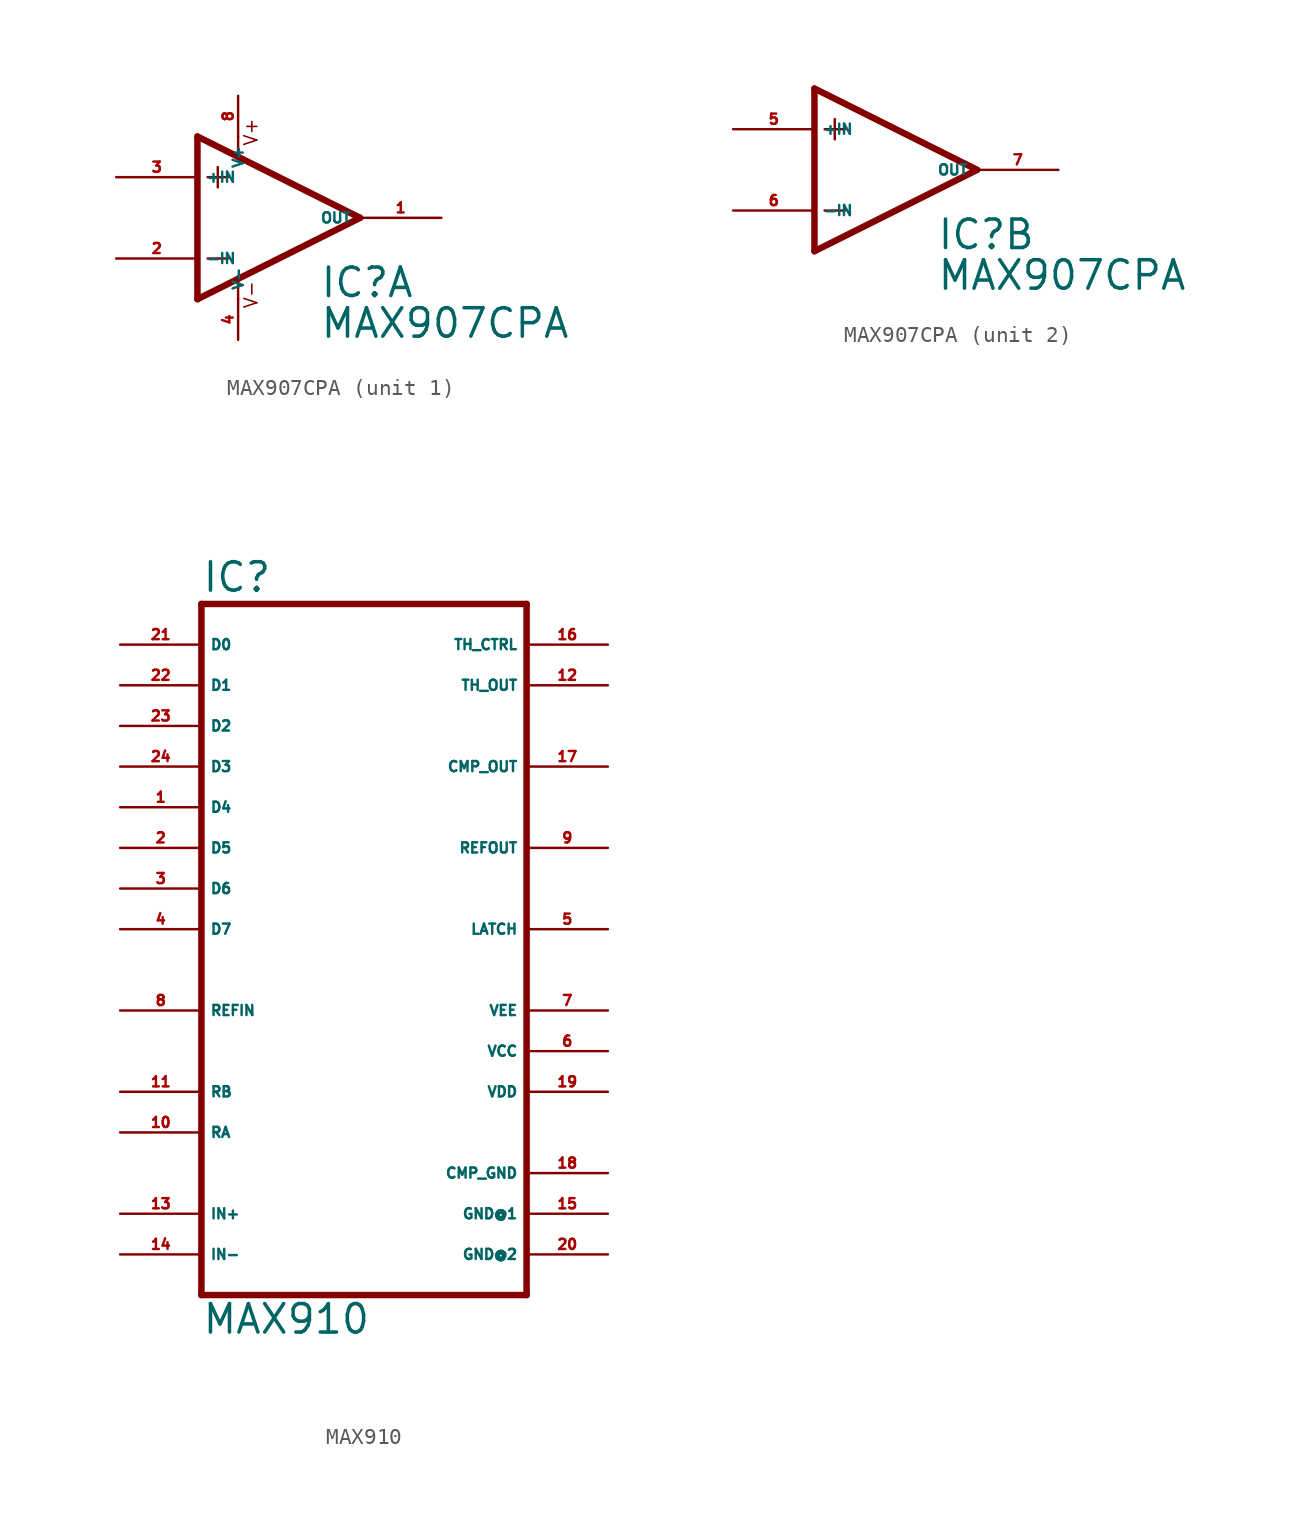
<source format=kicad_sym>
(kicad_symbol_lib
  (version 20220914)
  (generator Eagle2Kicad)
  (symbol "MAX907CPA"
    (property "Reference" "IC"
      (at 2.54 -5.08 0)
      (effects (font (size 1.778 1.778) (thickness 0.22)) (justify left bottom)))
    (property "Value" "MAX907CPA"
      (at 2.54 -7.62 0)
      (effects (font (size 1.778 1.778) (thickness 0.22)) (justify left bottom)))
    (symbol "MAX907CPA_1_0"
      (polyline (pts (xy -3.81 3.175) (xy -3.81 1.905)) (stroke (width 0.152) (type default)) (fill (type none)))
      (polyline (pts (xy -4.445 2.54) (xy -3.175 2.54)) (stroke (width 0.152) (type default)) (fill (type none)))
      (polyline (pts (xy -4.445 -2.54) (xy -3.175 -2.54)) (stroke (width 0.152) (type default)) (fill (type none)))
      (polyline (pts (xy 5.08 0) (xy -2.54 3.81)) (stroke (width 0.406) (type default)) (fill (type none)))
      (polyline (pts (xy -5.08 5.08) (xy -5.08 -5.08)) (stroke (width 0.406) (type default)) (fill (type none)))
      (polyline (pts (xy -5.08 -5.08) (xy -2.54 -3.81)) (stroke (width 0.406) (type default)) (fill (type none)))
      (polyline (pts (xy -2.54 3.81) (xy -2.54 5.08)) (stroke (width 0.152) (type default)) (fill (type none)))
      (polyline (pts (xy -2.54 3.81) (xy -5.08 5.08)) (stroke (width 0.406) (type default)) (fill (type none)))
      (polyline (pts (xy -2.54 -3.81) (xy -2.54 -5.08)) (stroke (width 0.152) (type default)) (fill (type none)))
      (polyline (pts (xy -2.54 -3.81) (xy 5.08 0)) (stroke (width 0.406) (type default)) (fill (type none)))
      (text "V+" (at -1.27 4.445 900) (effects (font (size 0.813 0.813) (thickness 0.10)) (justify left bottom)))
      (text "V-" (at -1.27 -5.715 900) (effects (font (size 0.813 0.813) (thickness 0.10)) (justify left bottom)))
      (pin input line (at -10.16 -2.54 0) (length 5.08) (name "-IN" (effects (font (size 0.635 0.635) (thickness 0.08)) (justify left bottom))) (number "2" (effects (font (size 0.635 0.635) (thickness 0.08)) (justify left bottom))))
      (pin input line (at -10.16 2.54 0) (length 5.08) (name "+IN" (effects (font (size 0.635 0.635) (thickness 0.08)) (justify left bottom))) (number "3" (effects (font (size 0.635 0.635) (thickness 0.08)) (justify left bottom))))
      (pin output line (at 10.16 0 180) (length 5.08) (name "OUT" (effects (font (size 0.635 0.635) (thickness 0.08)) (justify left bottom))) (number "1" (effects (font (size 0.635 0.635) (thickness 0.08)) (justify left bottom))))
      (pin unspecified line (at -2.54 7.62 270) (length 2.54) (name "V+" (effects (font (size 0.635 0.635) (thickness 0.08)) (justify left bottom))) (number "8" (effects (font (size 0.635 0.635) (thickness 0.08)) (justify left bottom))))
      (pin unspecified line (at -2.54 -7.62 90) (length 2.54) (name "V-" (effects (font (size 0.635 0.635) (thickness 0.08)) (justify left bottom))) (number "4" (effects (font (size 0.635 0.635) (thickness 0.08)) (justify left bottom)))))
    (symbol "MAX907CPA_2_0"
      (polyline (pts (xy -3.81 3.175) (xy -3.81 1.905)) (stroke (width 0.152) (type default)) (fill (type none)))
      (polyline (pts (xy -4.445 2.54) (xy -3.175 2.54)) (stroke (width 0.152) (type default)) (fill (type none)))
      (polyline (pts (xy -4.445 -2.54) (xy -3.175 -2.54)) (stroke (width 0.152) (type default)) (fill (type none)))
      (polyline (pts (xy -5.08 5.08) (xy -5.08 -5.08)) (stroke (width 0.406) (type default)) (fill (type none)))
      (polyline (pts (xy 5.08 0) (xy -5.08 5.08)) (stroke (width 0.406) (type default)) (fill (type none)))
      (polyline (pts (xy -5.08 -5.08) (xy 5.08 0)) (stroke (width 0.406) (type default)) (fill (type none)))
      (pin input line (at -10.16 -2.54 0) (length 5.08) (name "-IN" (effects (font (size 0.635 0.635) (thickness 0.08)) (justify left bottom))) (number "6" (effects (font (size 0.635 0.635) (thickness 0.08)) (justify left bottom))))
      (pin input line (at -10.16 2.54 0) (length 5.08) (name "+IN" (effects (font (size 0.635 0.635) (thickness 0.08)) (justify left bottom))) (number "5" (effects (font (size 0.635 0.635) (thickness 0.08)) (justify left bottom))))
      (pin output line (at 10.16 0 180) (length 5.08) (name "OUT" (effects (font (size 0.635 0.635) (thickness 0.08)) (justify left bottom))) (number "7" (effects (font (size 0.635 0.635) (thickness 0.08)) (justify left bottom))))))
  (symbol "MAX910"
    (property "Reference" "IC"
      (at -10.16 20.955 0)
      (effects (font (size 1.778 1.778) (thickness 0.22)) (justify left bottom)))
    (property "Value" "MAX910"
      (at -10.16 -25.4 0)
      (effects (font (size 1.778 1.778) (thickness 0.22)) (justify left bottom)))
    (polyline
      (pts (xy -10.16 20.32) (xy 10.16 20.32))
      (stroke (width 0.406) (type default))
      (fill (type none)))
    (polyline
      (pts (xy 10.16 -22.86) (xy 10.16 20.32))
      (stroke (width 0.406) (type default))
      (fill (type none)))
    (polyline
      (pts (xy 10.16 -22.86) (xy -10.16 -22.86))
      (stroke (width 0.406) (type default))
      (fill (type none)))
    (polyline
      (pts (xy -10.16 20.32) (xy -10.16 -22.86))
      (stroke (width 0.406) (type default))
      (fill (type none)))
    (pin input line
      (at -15.24 7.62 0)
      (length 5.08)
      (name "D4" (effects (font (size 0.635 0.635) (thickness 0.08)) (justify left bottom)))
      (number "1" (effects (font (size 0.635 0.635) (thickness 0.08)) (justify left bottom))))
    (pin input line
      (at -15.24 5.08 0)
      (length 5.08)
      (name "D5" (effects (font (size 0.635 0.635) (thickness 0.08)) (justify left bottom)))
      (number "2" (effects (font (size 0.635 0.635) (thickness 0.08)) (justify left bottom))))
    (pin input line
      (at -15.24 2.54 0)
      (length 5.08)
      (name "D6" (effects (font (size 0.635 0.635) (thickness 0.08)) (justify left bottom)))
      (number "3" (effects (font (size 0.635 0.635) (thickness 0.08)) (justify left bottom))))
    (pin input line
      (at -15.24 0 0)
      (length 5.08)
      (name "D7" (effects (font (size 0.635 0.635) (thickness 0.08)) (justify left bottom)))
      (number "4" (effects (font (size 0.635 0.635) (thickness 0.08)) (justify left bottom))))
    (pin passive line
      (at -15.24 -12.7 0)
      (length 5.08)
      (name "RA" (effects (font (size 0.635 0.635) (thickness 0.08)) (justify left bottom)))
      (number "10" (effects (font (size 0.635 0.635) (thickness 0.08)) (justify left bottom))))
    (pin output line
      (at 15.24 15.24 180)
      (length 5.08)
      (name "TH_OUT" (effects (font (size 0.635 0.635) (thickness 0.08)) (justify left bottom)))
      (number "12" (effects (font (size 0.635 0.635) (thickness 0.08)) (justify left bottom))))
    (pin input line
      (at -15.24 -17.78 0)
      (length 5.08)
      (name "IN+" (effects (font (size 0.635 0.635) (thickness 0.08)) (justify left bottom)))
      (number "13" (effects (font (size 0.635 0.635) (thickness 0.08)) (justify left bottom))))
    (pin input line
      (at -15.24 -20.32 0)
      (length 5.08)
      (name "IN-" (effects (font (size 0.635 0.635) (thickness 0.08)) (justify left bottom)))
      (number "14" (effects (font (size 0.635 0.635) (thickness 0.08)) (justify left bottom))))
    (pin input line
      (at 15.24 17.78 180)
      (length 5.08)
      (name "TH_CTRL" (effects (font (size 0.635 0.635) (thickness 0.08)) (justify left bottom)))
      (number "16" (effects (font (size 0.635 0.635) (thickness 0.08)) (justify left bottom))))
    (pin unspecified line
      (at 15.24 -5.08 180)
      (length 5.08)
      (name "VEE" (effects (font (size 0.635 0.635) (thickness 0.08)) (justify left bottom)))
      (number "7" (effects (font (size 0.635 0.635) (thickness 0.08)) (justify left bottom))))
    (pin output line
      (at 15.24 5.08 180)
      (length 5.08)
      (name "REFOUT" (effects (font (size 0.635 0.635) (thickness 0.08)) (justify left bottom)))
      (number "9" (effects (font (size 0.635 0.635) (thickness 0.08)) (justify left bottom))))
    (pin input line
      (at -15.24 -5.08 0)
      (length 5.08)
      (name "REFIN" (effects (font (size 0.635 0.635) (thickness 0.08)) (justify left bottom)))
      (number "8" (effects (font (size 0.635 0.635) (thickness 0.08)) (justify left bottom))))
    (pin output line
      (at 15.24 10.16 180)
      (length 5.08)
      (name "CMP_OUT" (effects (font (size 0.635 0.635) (thickness 0.08)) (justify left bottom)))
      (number "17" (effects (font (size 0.635 0.635) (thickness 0.08)) (justify left bottom))))
    (pin unspecified line
      (at 15.24 -15.24 180)
      (length 5.08)
      (name "CMP_GND" (effects (font (size 0.635 0.635) (thickness 0.08)) (justify left bottom)))
      (number "18" (effects (font (size 0.635 0.635) (thickness 0.08)) (justify left bottom))))
    (pin input line
      (at -15.24 10.16 0)
      (length 5.08)
      (name "D3" (effects (font (size 0.635 0.635) (thickness 0.08)) (justify left bottom)))
      (number "24" (effects (font (size 0.635 0.635) (thickness 0.08)) (justify left bottom))))
    (pin input line
      (at -15.24 12.7 0)
      (length 5.08)
      (name "D2" (effects (font (size 0.635 0.635) (thickness 0.08)) (justify left bottom)))
      (number "23" (effects (font (size 0.635 0.635) (thickness 0.08)) (justify left bottom))))
    (pin input line
      (at -15.24 15.24 0)
      (length 5.08)
      (name "D1" (effects (font (size 0.635 0.635) (thickness 0.08)) (justify left bottom)))
      (number "22" (effects (font (size 0.635 0.635) (thickness 0.08)) (justify left bottom))))
    (pin input line
      (at -15.24 17.78 0)
      (length 5.08)
      (name "D0" (effects (font (size 0.635 0.635) (thickness 0.08)) (justify left bottom)))
      (number "21" (effects (font (size 0.635 0.635) (thickness 0.08)) (justify left bottom))))
    (pin passive line
      (at -15.24 -10.16 0)
      (length 5.08)
      (name "RB" (effects (font (size 0.635 0.635) (thickness 0.08)) (justify left bottom)))
      (number "11" (effects (font (size 0.635 0.635) (thickness 0.08)) (justify left bottom))))
    (pin unspecified line
      (at 15.24 -17.78 180)
      (length 5.08)
      (name "GND@1" (effects (font (size 0.635 0.635) (thickness 0.08)) (justify left bottom)))
      (number "15" (effects (font (size 0.635 0.635) (thickness 0.08)) (justify left bottom))))
    (pin unspecified line
      (at 15.24 -20.32 180)
      (length 5.08)
      (name "GND@2" (effects (font (size 0.635 0.635) (thickness 0.08)) (justify left bottom)))
      (number "20" (effects (font (size 0.635 0.635) (thickness 0.08)) (justify left bottom))))
    (pin unspecified line
      (at 15.24 -7.62 180)
      (length 5.08)
      (name "VCC" (effects (font (size 0.635 0.635) (thickness 0.08)) (justify left bottom)))
      (number "6" (effects (font (size 0.635 0.635) (thickness 0.08)) (justify left bottom))))
    (pin unspecified line
      (at 15.24 -10.16 180)
      (length 5.08)
      (name "VDD" (effects (font (size 0.635 0.635) (thickness 0.08)) (justify left bottom)))
      (number "19" (effects (font (size 0.635 0.635) (thickness 0.08)) (justify left bottom))))
    (pin passive line
      (at 15.24 0 180)
      (length 5.08)
      (name "LATCH" (effects (font (size 0.635 0.635) (thickness 0.08)) (justify left bottom)))
      (number "5" (effects (font (size 0.635 0.635) (thickness 0.08)) (justify left bottom))))))
</source>
